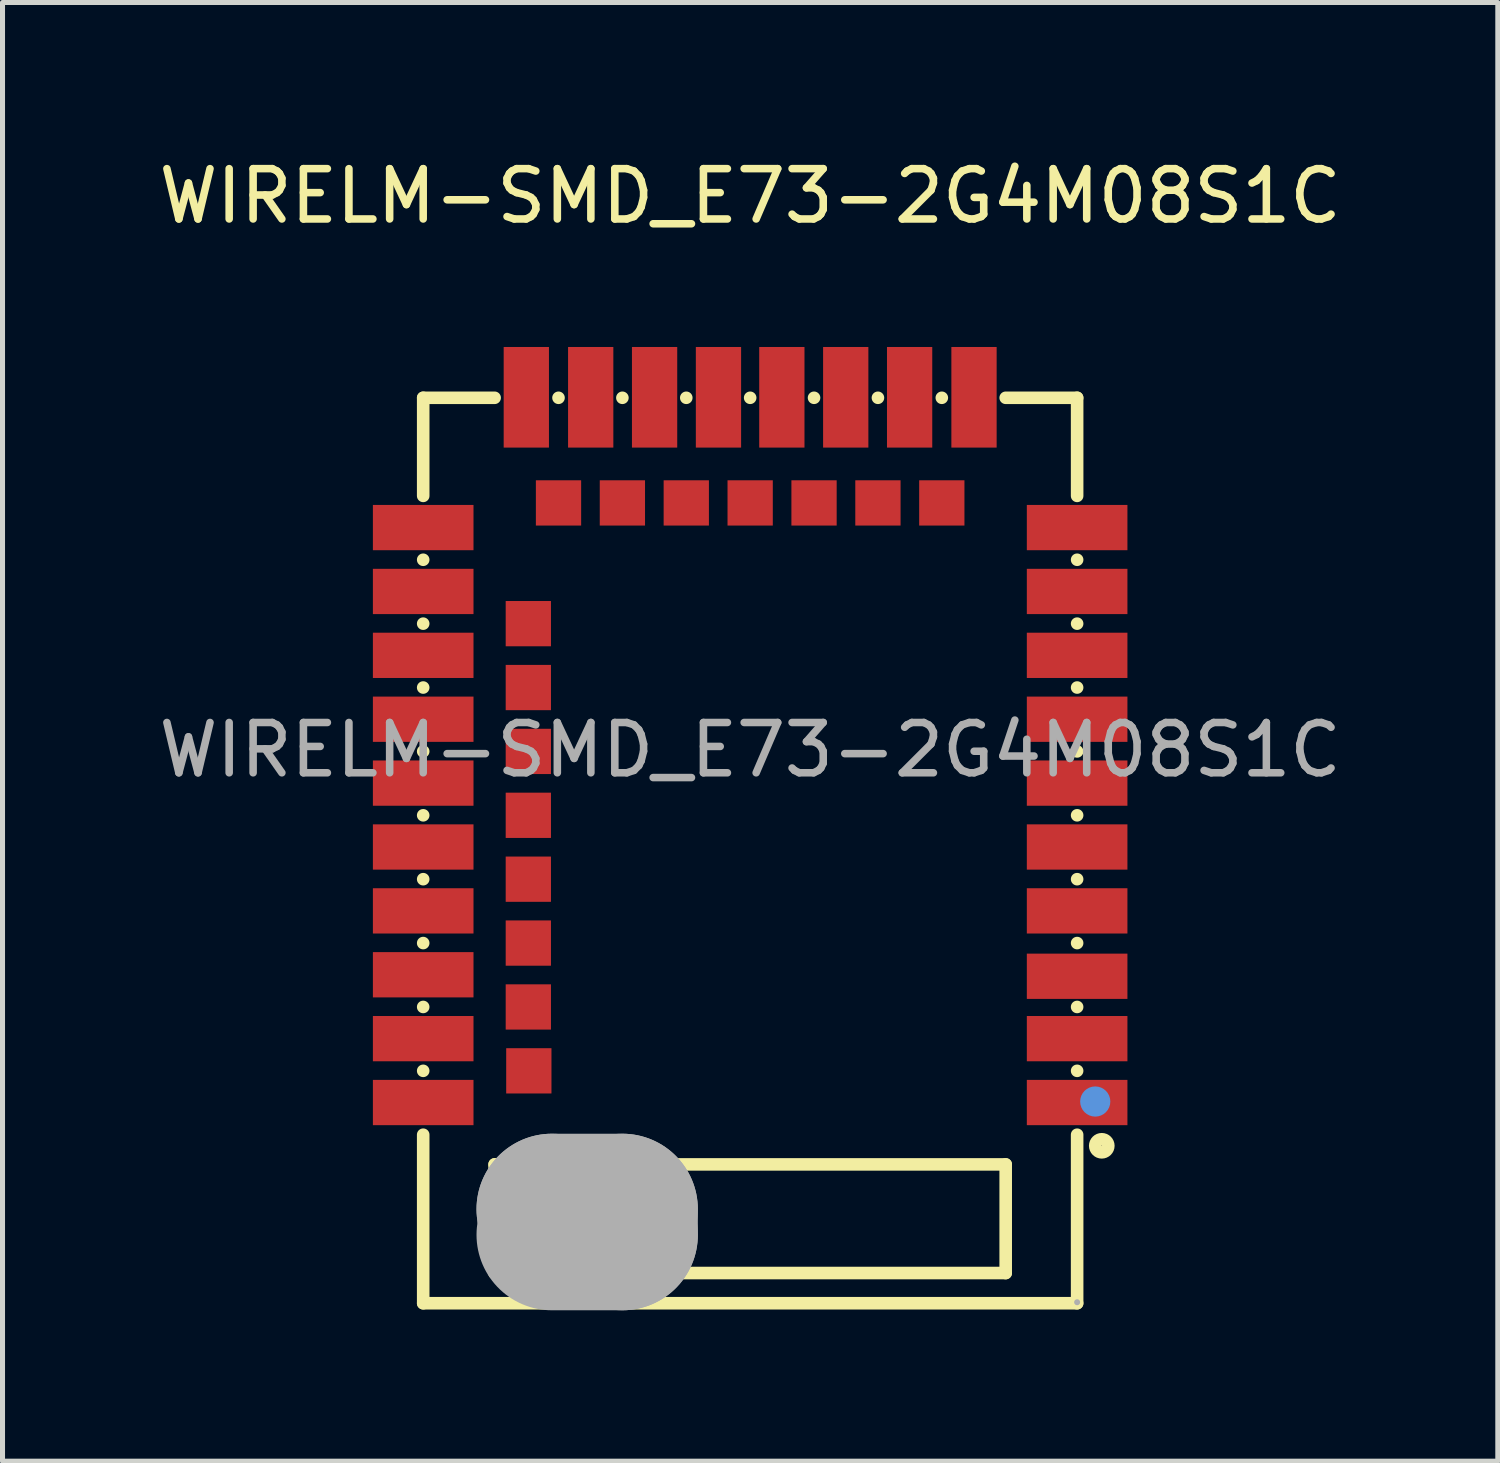
<source format=kicad_pcb>
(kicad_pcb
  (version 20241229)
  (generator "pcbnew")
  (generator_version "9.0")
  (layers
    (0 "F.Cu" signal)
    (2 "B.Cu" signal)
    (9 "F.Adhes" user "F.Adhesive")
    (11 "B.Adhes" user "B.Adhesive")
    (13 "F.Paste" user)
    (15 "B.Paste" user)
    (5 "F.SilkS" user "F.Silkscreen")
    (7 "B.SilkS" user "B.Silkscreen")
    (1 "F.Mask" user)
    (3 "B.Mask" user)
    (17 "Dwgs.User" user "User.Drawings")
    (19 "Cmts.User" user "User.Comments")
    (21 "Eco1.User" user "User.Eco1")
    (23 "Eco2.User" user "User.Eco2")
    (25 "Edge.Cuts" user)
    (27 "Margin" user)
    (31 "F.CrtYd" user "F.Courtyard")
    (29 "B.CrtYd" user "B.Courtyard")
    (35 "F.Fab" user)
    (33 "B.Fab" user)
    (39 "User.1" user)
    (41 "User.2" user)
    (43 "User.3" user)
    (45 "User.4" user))
  (footprint "WIRELM-SMD_E73-2G4M08S1C"
    (layer "F.Cu")
    (at 11.863 11.858)
    (property "Reference" "WIRELM-SMD_E73-2G4M08S1C" (at 0 -11.01 0) (layer "F.SilkS") (effects (font (size 1 1) (thickness 0.15))))
    (attr smd)
    (fp_line (start -6.5 -7) (end -6.5 -5.05) (stroke (width 0.25) (type solid)) (layer "F.SilkS"))
    (fp_line (start -6.5 -7) (end -5.08 -7) (stroke (width 0.25) (type solid)) (layer "F.SilkS"))
    (fp_line (start -6.5 -3.78) (end -6.5 -3.78) (stroke (width 0.25) (type solid)) (layer "F.SilkS"))
    (fp_line (start -6.5 -2.51) (end -6.5 -2.51) (stroke (width 0.25) (type solid)) (layer "F.SilkS"))
    (fp_line (start -6.5 -1.24) (end -6.5 -1.24) (stroke (width 0.25) (type solid)) (layer "F.SilkS"))
    (fp_line (start -6.5 0.03) (end -6.5 0.03) (stroke (width 0.25) (type solid)) (layer "F.SilkS"))
    (fp_line (start -6.5 1.3) (end -6.5 1.3) (stroke (width 0.25) (type solid)) (layer "F.SilkS"))
    (fp_line (start -6.5 2.57) (end -6.5 2.57) (stroke (width 0.25) (type solid)) (layer "F.SilkS"))
    (fp_line (start -6.5 3.84) (end -6.5 3.84) (stroke (width 0.25) (type solid)) (layer "F.SilkS"))
    (fp_line (start -6.5 5.11) (end -6.5 5.11) (stroke (width 0.25) (type solid)) (layer "F.SilkS"))
    (fp_line (start -6.5 6.38) (end -6.5 6.38) (stroke (width 0.25) (type solid)) (layer "F.SilkS"))
    (fp_line (start -6.5 7.65) (end -6.5 11) (stroke (width 0.25) (type solid)) (layer "F.SilkS"))
    (fp_line (start -5.08 8.24) (end 5.08 8.24) (stroke (width 0.25) (type solid)) (layer "F.SilkS"))
    (fp_line (start -5.08 10.4) (end -5.08 8.24) (stroke (width 0.25) (type solid)) (layer "F.SilkS"))
    (fp_line (start -3.81 -7) (end -3.81 -7) (stroke (width 0.25) (type solid)) (layer "F.SilkS"))
    (fp_line (start -2.54 -7) (end -2.54 -7) (stroke (width 0.25) (type solid)) (layer "F.SilkS"))
    (fp_line (start -1.27 -7) (end -1.27 -7) (stroke (width 0.25) (type solid)) (layer "F.SilkS"))
    (fp_line (start 0 -7) (end 0 -7) (stroke (width 0.25) (type solid)) (layer "F.SilkS"))
    (fp_line (start 1.27 -7) (end 1.27 -7) (stroke (width 0.25) (type solid)) (layer "F.SilkS"))
    (fp_line (start 2.54 -7) (end 2.54 -7) (stroke (width 0.25) (type solid)) (layer "F.SilkS"))
    (fp_line (start 3.81 -7) (end 3.81 -7) (stroke (width 0.25) (type solid)) (layer "F.SilkS"))
    (fp_line (start 5.08 -7) (end 6.5 -7) (stroke (width 0.25) (type solid)) (layer "F.SilkS"))
    (fp_line (start 5.08 8.24) (end 5.08 10.4) (stroke (width 0.25) (type solid)) (layer "F.SilkS"))
    (fp_line (start 5.08 10.4) (end -5.08 10.4) (stroke (width 0.25) (type solid)) (layer "F.SilkS"))
    (fp_line (start 6.5 -7) (end 6.5 -5.05) (stroke (width 0.25) (type solid)) (layer "F.SilkS"))
    (fp_line (start 6.5 -3.78) (end 6.5 -3.78) (stroke (width 0.25) (type solid)) (layer "F.SilkS"))
    (fp_line (start 6.5 -2.51) (end 6.5 -2.51) (stroke (width 0.25) (type solid)) (layer "F.SilkS"))
    (fp_line (start 6.5 -1.24) (end 6.5 -1.24) (stroke (width 0.25) (type solid)) (layer "F.SilkS"))
    (fp_line (start 6.5 0.03) (end 6.5 0.03) (stroke (width 0.25) (type solid)) (layer "F.SilkS"))
    (fp_line (start 6.5 1.3) (end 6.5 1.3) (stroke (width 0.25) (type solid)) (layer "F.SilkS"))
    (fp_line (start 6.5 2.57) (end 6.5 2.57) (stroke (width 0.25) (type solid)) (layer "F.SilkS"))
    (fp_line (start 6.5 3.84) (end 6.5 3.84) (stroke (width 0.25) (type solid)) (layer "F.SilkS"))
    (fp_line (start 6.5 5.11) (end 6.5 5.11) (stroke (width 0.25) (type solid)) (layer "F.SilkS"))
    (fp_line (start 6.5 6.38) (end 6.5 6.38) (stroke (width 0.25) (type solid)) (layer "F.SilkS"))
    (fp_line (start 6.5 7.65) (end 6.5 11) (stroke (width 0.25) (type solid)) (layer "F.SilkS"))
    (fp_line (start 6.5 11) (end -6.5 11) (stroke (width 0.25) (type solid)) (layer "F.SilkS"))
    (fp_circle (center 6.99 7.87) (end 7.12 7.87) (stroke (width 0.25) (type solid)) (fill no) (layer "F.SilkS"))
    (fp_circle (center 6.86 6.99) (end 7.01 6.99) (stroke (width 0.3) (type solid)) (fill no) (layer "Cmts.User"))
    (fp_line (start -3.94 9.13) (end -3.94 9.13) (stroke (width 3) (type solid)) (layer "F.Fab"))
    (fp_line (start -3.94 9.13) (end -2.54 9.13) (stroke (width 3) (type solid)) (layer "F.Fab"))
    (fp_line (start -2.54 9.13) (end -2.54 9.64) (stroke (width 3) (type solid)) (layer "F.Fab"))
    (fp_line (start -2.54 9.64) (end -3.94 9.64) (stroke (width 3) (type solid)) (layer "F.Fab"))
    (fp_circle (center 6.5 10.98) (end 6.53 10.98) (stroke (width 0.06) (type solid)) (fill no) (layer "F.Fab"))
    (fp_text user "${REFERENCE}" (at 0 0 0) (layer "F.Fab") (effects (font (size 1 1) (thickness 0.15))))
    (pad "1" smd rect (at 6.5 7.01 90) (size 0.9 2) (layers "F.Cu" "F.Mask" "F.Paste"))
    (pad "2" smd rect (at 6.5 5.74 90) (size 0.9 2) (layers "F.Cu" "F.Mask" "F.Paste"))
    (pad "3" smd rect (at 6.5 4.5 90) (size 0.9 2) (layers "F.Cu" "F.Mask" "F.Paste"))
    (pad "4" smd rect (at 6.5 3.2 90) (size 0.9 2) (layers "F.Cu" "F.Mask" "F.Paste"))
    (pad "5" smd rect (at 6.5 1.93 90) (size 0.9 2) (layers "F.Cu" "F.Mask" "F.Paste"))
    (pad "6" smd rect (at 6.5 0.66 90) (size 0.9 2) (layers "F.Cu" "F.Mask" "F.Paste"))
    (pad "7" smd rect (at 6.5 -0.61 90) (size 0.9 2) (layers "F.Cu" "F.Mask" "F.Paste"))
    (pad "8" smd rect (at 6.5 -1.88 90) (size 0.9 2) (layers "F.Cu" "F.Mask" "F.Paste"))
    (pad "9" smd rect (at 6.5 -3.15 90) (size 0.9 2) (layers "F.Cu" "F.Mask" "F.Paste"))
    (pad "10" smd rect (at 6.5 -4.42 90) (size 0.9 2) (layers "F.Cu" "F.Mask" "F.Paste"))
    (pad "11" smd rect (at 4.45 -7.01 180) (size 0.9 2) (layers "F.Cu" "F.Mask" "F.Paste"))
    (pad "12" smd rect (at 3.81 -4.91 180) (size 0.9 0.9) (layers "F.Cu" "F.Mask" "F.Paste"))
    (pad "13" smd rect (at 3.17 -7.01 180) (size 0.9 2) (layers "F.Cu" "F.Mask" "F.Paste"))
    (pad "14" smd rect (at 2.54 -4.91 180) (size 0.9 0.9) (layers "F.Cu" "F.Mask" "F.Paste"))
    (pad "15" smd rect (at 1.9 -7.01 180) (size 0.9 2) (layers "F.Cu" "F.Mask" "F.Paste"))
    (pad "16" smd rect (at 1.27 -4.91 180) (size 0.9 0.9) (layers "F.Cu" "F.Mask" "F.Paste"))
    (pad "17" smd rect (at 0.63 -7.01 180) (size 0.9 2) (layers "F.Cu" "F.Mask" "F.Paste"))
    (pad "18" smd rect (at 0 -4.91 180) (size 0.9 0.9) (layers "F.Cu" "F.Mask" "F.Paste"))
    (pad "19" smd rect (at -0.63 -7.01 180) (size 0.9 2) (layers "F.Cu" "F.Mask" "F.Paste"))
    (pad "20" smd rect (at -1.27 -4.91 180) (size 0.9 0.9) (layers "F.Cu" "F.Mask" "F.Paste"))
    (pad "21" smd rect (at -1.9 -7.01 180) (size 0.9 2) (layers "F.Cu" "F.Mask" "F.Paste"))
    (pad "22" smd rect (at -2.54 -4.91 180) (size 0.9 0.9) (layers "F.Cu" "F.Mask" "F.Paste"))
    (pad "23" smd rect (at -3.17 -7.01 180) (size 0.9 2) (layers "F.Cu" "F.Mask" "F.Paste"))
    (pad "24" smd rect (at -3.81 -4.91 180) (size 0.9 0.9) (layers "F.Cu" "F.Mask" "F.Paste"))
    (pad "25" smd rect (at -4.45 -7.01 180) (size 0.9 2) (layers "F.Cu" "F.Mask" "F.Paste"))
    (pad "26" smd rect (at -6.5 -4.42 270) (size 0.9 2) (layers "F.Cu" "F.Mask" "F.Paste"))
    (pad "27" smd rect (at -6.5 -3.15 270) (size 0.9 2) (layers "F.Cu" "F.Mask" "F.Paste"))
    (pad "28" smd rect (at -4.41 -2.51 270) (size 0.9 0.9) (layers "F.Cu" "F.Mask" "F.Paste"))
    (pad "29" smd rect (at -6.5 -1.88 270) (size 0.9 2) (layers "F.Cu" "F.Mask" "F.Paste"))
    (pad "30" smd rect (at -4.41 -1.24 270) (size 0.9 0.9) (layers "F.Cu" "F.Mask" "F.Paste"))
    (pad "31" smd rect (at -6.5 -0.61 270) (size 0.9 2) (layers "F.Cu" "F.Mask" "F.Paste"))
    (pad "32" smd rect (at -4.41 0.03 270) (size 0.9 0.9) (layers "F.Cu" "F.Mask" "F.Paste"))
    (pad "33" smd rect (at -6.5 0.66 270) (size 0.9 2) (layers "F.Cu" "F.Mask" "F.Paste"))
    (pad "34" smd rect (at -4.41 1.3 270) (size 0.9 0.9) (layers "F.Cu" "F.Mask" "F.Paste"))
    (pad "35" smd rect (at -6.5 1.93 270) (size 0.9 2) (layers "F.Cu" "F.Mask" "F.Paste"))
    (pad "36" smd rect (at -4.41 2.57 270) (size 0.9 0.9) (layers "F.Cu" "F.Mask" "F.Paste"))
    (pad "37" smd rect (at -6.5 3.2 270) (size 0.9 2) (layers "F.Cu" "F.Mask" "F.Paste"))
    (pad "38" smd rect (at -4.41 3.84 270) (size 0.9 0.9) (layers "F.Cu" "F.Mask" "F.Paste"))
    (pad "39" smd rect (at -6.5 4.47 270) (size 0.9 2) (layers "F.Cu" "F.Mask" "F.Paste"))
    (pad "40" smd rect (at -4.41 5.11 270) (size 0.9 0.9) (layers "F.Cu" "F.Mask" "F.Paste"))
    (pad "41" smd rect (at -6.5 5.74 270) (size 0.9 2) (layers "F.Cu" "F.Mask" "F.Paste"))
    (pad "42" smd rect (at -4.4 6.38 270) (size 0.9 0.9) (layers "F.Cu" "F.Mask" "F.Paste"))
    (pad "43" smd rect (at -6.5 7.01 270) (size 0.9 2) (layers "F.Cu" "F.Mask" "F.Paste")))
  (gr_rect
    (start -3 -3)
    (end 26.726 25.998)
    (stroke (width 0.1) (type default))
    (fill no)
    (layer "Edge.Cuts")))
</source>
